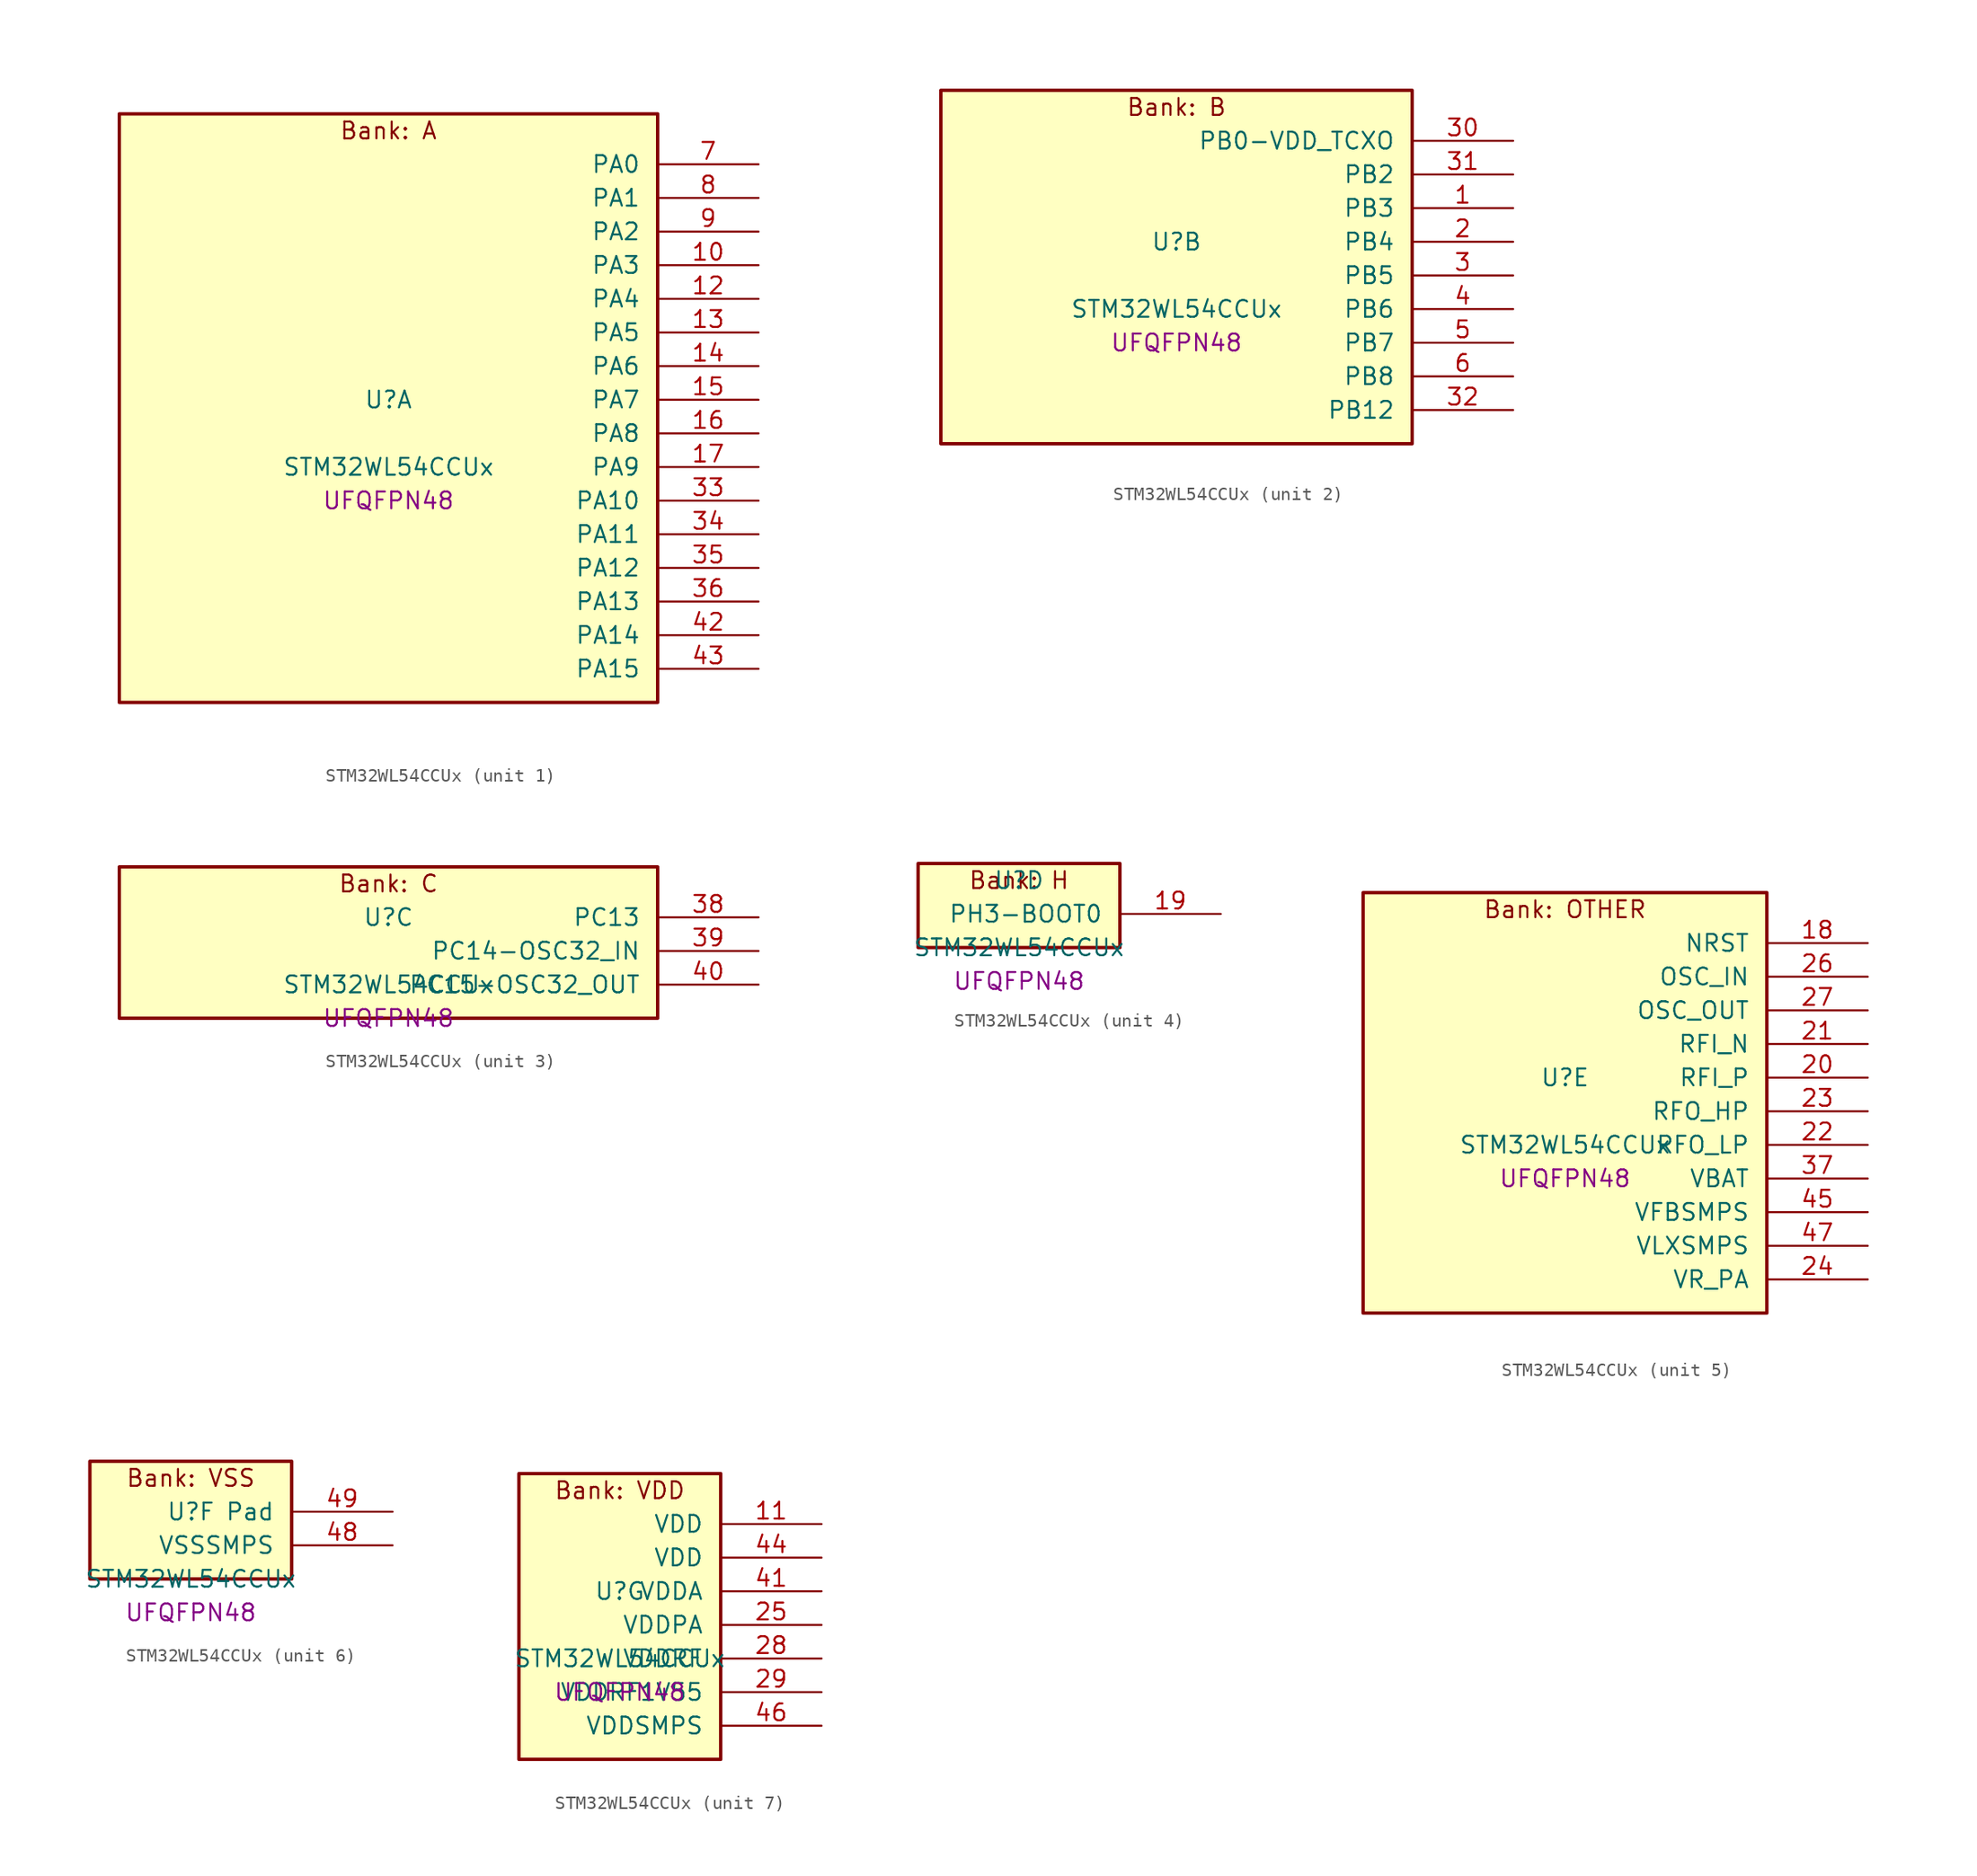
<source format=kicad_sym>
(kicad_symbol_lib
  (version 20241209)
  (generator "stm32_pkl_generator")
  (generator_version "1.0")
  (symbol "STM32WL54CCUx"
    (pin_names
      (offset 1.27))
    (property "Reference" "U"
      (at 0 2.54 0))
    (property "Value" "STM32WL54CCUx"
      (at 0 -2.54 0))
    (property "Footprint" "UFQFPN48"
      (at 0 -5.08 0))
    (symbol "STM32WL54CCUx_1_1"
      (rectangle (start -20.32 24.13) (end 20.32 -20.32) (stroke (width 0.254) (type solid)) (fill (type background)))
      (text "Bank: A" (at 0 22.86 0))
      (pin bidirectional line (at 27.94 20.32 180) (length 7.62) (name "PA0") (number "7") (alternate "PA0/COMP1_OUT" bidirectional line) (alternate "PA0/DEBUG_PWR-REGLP1S" bidirectional line) (alternate "PA0/I2C3_SMBA" bidirectional line) (alternate "PA0/I2S_CKIN" bidirectional line) (alternate "PA0/PWR_WKUP1" bidirectional line) (alternate "PA0/RTC_TAMP_IN2" bidirectional line) (alternate "PA0/TIM2_CH1" bidirectional line) (alternate "PA0/TIM2_ETR" bidirectional line) (alternate "PA0/USART2_CTS" bidirectional line) (alternate "PA0/USART2_NSS" bidirectional line))
      (pin bidirectional line (at 27.94 17.78 180) (length 7.62) (name "PA1") (number "8") (alternate "PA1/DEBUG_PWR-REGLP2S" bidirectional line) (alternate "PA1/I2C1_SMBA" bidirectional line) (alternate "PA1/LPTIM3_OUT" bidirectional line) (alternate "PA1/LPUART1_RTS" bidirectional line) (alternate "PA1/SPI1_SCK" bidirectional line) (alternate "PA1/TIM2_CH2" bidirectional line) (alternate "PA1/USART2_DE" bidirectional line) (alternate "PA1/USART2_RTS" bidirectional line))
      (pin bidirectional line (at 27.94 15.24 180) (length 7.62) (name "PA2") (number "9") (alternate "PA2/COMP2_OUT" bidirectional line) (alternate "PA2/DEBUG_PWR-LDORDY" bidirectional line) (alternate "PA2/LPUART1_TX" bidirectional line) (alternate "PA2/RCC_LSCO" bidirectional line) (alternate "PA2/TIM2_CH3" bidirectional line) (alternate "PA2/USART2_TX" bidirectional line))
      (pin bidirectional line (at 27.94 12.7 180) (length 7.62) (name "PA3") (number "10") (alternate "PA3/I2S2_MCK" bidirectional line) (alternate "PA3/LPUART1_RX" bidirectional line) (alternate "PA3/TIM2_CH4" bidirectional line) (alternate "PA3/USART2_RX" bidirectional line))
      (pin bidirectional line (at 27.94 10.16 180) (length 7.62) (name "PA4") (number "12") (alternate "PA4/DEBUG_SUBGHZSPI-NSSOUT" bidirectional line) (alternate "PA4/LPTIM1_OUT" bidirectional line) (alternate "PA4/LPTIM2_OUT" bidirectional line) (alternate "PA4/RTC_OUT2" bidirectional line) (alternate "PA4/SPI1_NSS" bidirectional line) (alternate "PA4/USART2_CK" bidirectional line))
      (pin bidirectional line (at 27.94 7.62 180) (length 7.62) (name "PA5") (number "13") (alternate "PA5/DEBUG_SUBGHZSPI-SCKOUT" bidirectional line) (alternate "PA5/LPTIM2_ETR" bidirectional line) (alternate "PA5/SPI1_SCK" bidirectional line) (alternate "PA5/SPI2_MISO" bidirectional line) (alternate "PA5/TIM2_CH1" bidirectional line) (alternate "PA5/TIM2_ETR" bidirectional line))
      (pin bidirectional line (at 27.94 5.08 180) (length 7.62) (name "PA6") (number "14") (alternate "PA6/DEBUG_SUBGHZSPI-MISOOUT" bidirectional line) (alternate "PA6/I2C2_SMBA" bidirectional line) (alternate "PA6/LPUART1_CTS" bidirectional line) (alternate "PA6/SPI1_MISO" bidirectional line) (alternate "PA6/TIM16_CH1" bidirectional line) (alternate "PA6/TIM1_BKIN" bidirectional line))
      (pin bidirectional line (at 27.94 2.54 180) (length 7.62) (name "PA7") (number "15") (alternate "PA7/COMP2_OUT" bidirectional line) (alternate "PA7/DEBUG_SUBGHZSPI-MOSIOUT" bidirectional line) (alternate "PA7/I2C3_SCL" bidirectional line) (alternate "PA7/SPI1_MOSI" bidirectional line) (alternate "PA7/TIM17_CH1" bidirectional line) (alternate "PA7/TIM1_CH1N" bidirectional line))
      (pin bidirectional line (at 27.94 0 180) (length 7.62) (name "PA8") (number "16") (alternate "PA8/I2S2_CK" bidirectional line) (alternate "PA8/LPTIM2_OUT" bidirectional line) (alternate "PA8/RCC_MCO" bidirectional line) (alternate "PA8/SPI2_SCK" bidirectional line) (alternate "PA8/TIM1_CH1" bidirectional line) (alternate "PA8/USART1_CK" bidirectional line))
      (pin bidirectional line (at 27.94 -2.54 180) (length 7.62) (name "PA9") (number "17") (alternate "PA9/DAC_EXTI9" bidirectional line) (alternate "PA9/I2C1_SCL" bidirectional line) (alternate "PA9/I2S2_CK" bidirectional line) (alternate "PA9/I2S2_WS" bidirectional line) (alternate "PA9/SPI2_NSS" bidirectional line) (alternate "PA9/SPI2_SCK" bidirectional line) (alternate "PA9/TIM1_CH2" bidirectional line) (alternate "PA9/USART1_TX" bidirectional line))
      (pin bidirectional line (at 27.94 -5.08 180) (length 7.62) (name "PA10") (number "33") (alternate "PA10/ADC_IN6" bidirectional line) (alternate "PA10/COMP1_INM" bidirectional line) (alternate "PA10/COMP2_INM" bidirectional line) (alternate "PA10/DAC_OUT1" bidirectional line) (alternate "PA10/DEBUG_RF-HSE32RDY" bidirectional line) (alternate "PA10/I2C1_SDA" bidirectional line) (alternate "PA10/I2S2_SD" bidirectional line) (alternate "PA10/RTC_REFIN" bidirectional line) (alternate "PA10/SPI2_MOSI" bidirectional line) (alternate "PA10/TIM17_BKIN" bidirectional line) (alternate "PA10/TIM1_CH3" bidirectional line) (alternate "PA10/USART1_RX" bidirectional line))
      (pin bidirectional line (at 27.94 -7.62 180) (length 7.62) (name "PA11") (number "34") (alternate "PA11/ADC_EXTI11" bidirectional line) (alternate "PA11/ADC_IN7" bidirectional line) (alternate "PA11/COMP1_INM" bidirectional line) (alternate "PA11/COMP2_INM" bidirectional line) (alternate "PA11/DEBUG_RF-NRESET" bidirectional line) (alternate "PA11/I2C2_SDA" bidirectional line) (alternate "PA11/LPTIM3_ETR" bidirectional line) (alternate "PA11/SPI1_MISO" bidirectional line) (alternate "PA11/TIM1_BKIN2" bidirectional line) (alternate "PA11/TIM1_CH4" bidirectional line) (alternate "PA11/USART1_CTS" bidirectional line) (alternate "PA11/USART1_NSS" bidirectional line))
      (pin bidirectional line (at 27.94 -10.16 180) (length 7.62) (name "PA12") (number "35") (alternate "PA12/ADC_IN8" bidirectional line) (alternate "PA12/DEBUG_RF-BUSY" bidirectional line) (alternate "PA12/I2C2_SCL" bidirectional line) (alternate "PA12/LPTIM3_IN1" bidirectional line) (alternate "PA12/SPI1_MOSI" bidirectional line) (alternate "PA12/TIM1_ETR" bidirectional line) (alternate "PA12/USART1_DE" bidirectional line) (alternate "PA12/USART1_RTS" bidirectional line))
      (pin bidirectional line (at 27.94 -12.7 180) (length 7.62) (name "PA13") (number "36") (alternate "PA13/ADC_IN9" bidirectional line) (alternate "PA13/DEBUG_JTMS-SWDIO" bidirectional line) (alternate "PA13/I2C2_SMBA" bidirectional line) (alternate "PA13/IR_OUT" bidirectional line))
      (pin bidirectional line (at 27.94 -15.24 180) (length 7.62) (name "PA14") (number "42") (alternate "PA14/ADC_IN10" bidirectional line) (alternate "PA14/DEBUG_JTCK-SWCLK" bidirectional line) (alternate "PA14/I2C1_SMBA" bidirectional line) (alternate "PA14/LPTIM1_OUT" bidirectional line))
      (pin bidirectional line (at 27.94 -17.78 180) (length 7.62) (name "PA15") (number "43") (alternate "PA15/ADC_IN11" bidirectional line) (alternate "PA15/COMP1_INM" bidirectional line) (alternate "PA15/COMP2_INP" bidirectional line) (alternate "PA15/DEBUG_JTDI" bidirectional line) (alternate "PA15/I2C2_SDA" bidirectional line) (alternate "PA15/SPI1_NSS" bidirectional line) (alternate "PA15/TIM2_CH1" bidirectional line) (alternate "PA15/TIM2_ETR" bidirectional line)))
    (symbol "STM32WL54CCUx_2_1"
      (rectangle (start -17.78 13.97) (end 17.78 -12.7) (stroke (width 0.254) (type solid)) (fill (type background)))
      (text "Bank: B" (at 0 12.7 0))
      (pin bidirectional line (at 25.4 10.16 180) (length 7.62) (name "PB0-VDD_TCXO") (number "30") (alternate "PB0-VDD_TCXO/COMP1_OUT" bidirectional line) (alternate "PB0-VDD_TCXO/VDDTCXO" bidirectional line))
      (pin bidirectional line (at 25.4 7.62 180) (length 7.62) (name "PB2") (number "31") (alternate "PB2/ADC_IN4" bidirectional line) (alternate "PB2/COMP1_INP" bidirectional line) (alternate "PB2/COMP2_INM" bidirectional line) (alternate "PB2/DEBUG_RF-SMPSRDY" bidirectional line) (alternate "PB2/I2C3_SMBA" bidirectional line) (alternate "PB2/LPTIM1_OUT" bidirectional line) (alternate "PB2/SPI1_NSS" bidirectional line))
      (pin bidirectional line (at 25.4 5.08 180) (length 7.62) (name "PB3") (number "1") (alternate "PB3/ADC_IN2" bidirectional line) (alternate "PB3/COMP1_INM" bidirectional line) (alternate "PB3/COMP2_INM" bidirectional line) (alternate "PB3/DEBUG_JTDO-SWO" bidirectional line) (alternate "PB3/DEBUG_RF-DTB1" bidirectional line) (alternate "PB3/PWR_WKUP3" bidirectional line) (alternate "PB3/RTC_TAMP_IN3" bidirectional line) (alternate "PB3/SPI1_SCK" bidirectional line) (alternate "PB3/TIM2_CH2" bidirectional line) (alternate "PB3/USART1_DE" bidirectional line) (alternate "PB3/USART1_RTS" bidirectional line))
      (pin bidirectional line (at 25.4 2.54 180) (length 7.62) (name "PB4") (number "2") (alternate "PB4/ADC_IN3" bidirectional line) (alternate "PB4/COMP1_INP" bidirectional line) (alternate "PB4/COMP2_INP" bidirectional line) (alternate "PB4/DEBUG_JTRST" bidirectional line) (alternate "PB4/DEBUG_RF-LDORDY" bidirectional line) (alternate "PB4/I2C3_SDA" bidirectional line) (alternate "PB4/SPI1_MISO" bidirectional line) (alternate "PB4/TIM17_BKIN" bidirectional line) (alternate "PB4/USART1_CTS" bidirectional line) (alternate "PB4/USART1_NSS" bidirectional line))
      (pin bidirectional line (at 25.4 0 180) (length 7.62) (name "PB5") (number "3") (alternate "PB5/COMP2_OUT" bidirectional line) (alternate "PB5/I2C1_SMBA" bidirectional line) (alternate "PB5/LPTIM1_IN1" bidirectional line) (alternate "PB5/SPI1_MOSI" bidirectional line) (alternate "PB5/TIM16_BKIN" bidirectional line) (alternate "PB5/USART1_CK" bidirectional line))
      (pin bidirectional line (at 25.4 -2.54 180) (length 7.62) (name "PB6") (number "4") (alternate "PB6/I2C1_SCL" bidirectional line) (alternate "PB6/LPTIM1_ETR" bidirectional line) (alternate "PB6/TIM16_CH1N" bidirectional line) (alternate "PB6/USART1_TX" bidirectional line))
      (pin bidirectional line (at 25.4 -5.08 180) (length 7.62) (name "PB7") (number "5") (alternate "PB7/I2C1_SDA" bidirectional line) (alternate "PB7/LPTIM1_IN2" bidirectional line) (alternate "PB7/PWR_PVD_IN" bidirectional line) (alternate "PB7/TIM17_CH1N" bidirectional line) (alternate "PB7/TIM1_BKIN" bidirectional line) (alternate "PB7/USART1_RX" bidirectional line))
      (pin bidirectional line (at 25.4 -7.62 180) (length 7.62) (name "PB8") (number "6") (alternate "PB8/I2C1_SCL" bidirectional line) (alternate "PB8/TIM16_CH1" bidirectional line) (alternate "PB8/TIM1_CH2N" bidirectional line))
      (pin bidirectional line (at 25.4 -10.16 180) (length 7.62) (name "PB12") (number "32") (alternate "PB12/I2C3_SMBA" bidirectional line) (alternate "PB12/I2S2_WS" bidirectional line) (alternate "PB12/LPUART1_RTS" bidirectional line) (alternate "PB12/SPI2_NSS" bidirectional line) (alternate "PB12/TIM1_BKIN" bidirectional line)))
    (symbol "STM32WL54CCUx_3_1"
      (rectangle (start -20.32 6.35) (end 20.32 -5.08) (stroke (width 0.254) (type solid)) (fill (type background)))
      (text "Bank: C" (at 0 5.08 0))
      (pin bidirectional line (at 27.94 2.54 180) (length 7.62) (name "PC13") (number "38") (alternate "PC13/PWR_WKUP2" bidirectional line) (alternate "PC13/RTC_OUT1" bidirectional line) (alternate "PC13/RTC_TAMP_IN1" bidirectional line) (alternate "PC13/RTC_TS" bidirectional line))
      (pin bidirectional line (at 27.94 0 180) (length 7.62) (name "PC14-OSC32_IN") (number "39") (alternate "PC14-OSC32_IN/RCC_OSC32_IN" bidirectional line))
      (pin bidirectional line (at 27.94 -2.54 180) (length 7.62) (name "PC15-OSC32_OUT") (number "40") (alternate "PC15-OSC32_OUT/RCC_OSC32_OUT" bidirectional line)))
    (symbol "STM32WL54CCUx_4_1"
      (rectangle (start -7.62 3.81) (end 7.62 -2.54) (stroke (width 0.254) (type solid)) (fill (type background)))
      (text "Bank: H" (at 0 2.54 0))
      (pin bidirectional line (at 15.24 0 180) (length 7.62) (name "PH3-BOOT0") (number "19")))
    (symbol "STM32WL54CCUx_5_1"
      (rectangle (start -15.24 16.51) (end 15.24 -15.24) (stroke (width 0.254) (type solid)) (fill (type background)))
      (text "Bank: OTHER" (at 0 15.24 0))
      (pin input line (at 22.86 12.7 180) (length 7.62) (name "NRST") (number "18"))
      (pin bidirectional line (at 22.86 10.16 180) (length 7.62) (name "OSC_IN") (number "26") (alternate "OSC_IN/RCC_OSC_IN" bidirectional line))
      (pin bidirectional line (at 22.86 7.62 180) (length 7.62) (name "OSC_OUT") (number "27") (alternate "OSC_OUT/RCC_OSC_OUT" bidirectional line))
      (pin bidirectional line (at 22.86 5.08 180) (length 7.62) (name "RFI_N") (number "21"))
      (pin bidirectional line (at 22.86 2.54 180) (length 7.62) (name "RFI_P") (number "20"))
      (pin bidirectional line (at 22.86 0 180) (length 7.62) (name "RFO_HP") (number "23"))
      (pin bidirectional line (at 22.86 -2.54 180) (length 7.62) (name "RFO_LP") (number "22"))
      (pin power_in line (at 22.86 -5.08 180) (length 7.62) (name "VBAT") (number "37"))
      (pin power_in line (at 22.86 -7.62 180) (length 7.62) (name "VFBSMPS") (number "45"))
      (pin power_in line (at 22.86 -10.16 180) (length 7.62) (name "VLXSMPS") (number "47"))
      (pin power_in line (at 22.86 -12.7 180) (length 7.62) (name "VR_PA") (number "24")))
    (symbol "STM32WL54CCUx_6_1"
      (rectangle (start -7.62 6.35) (end 7.62 -2.54) (stroke (width 0.254) (type solid)) (fill (type background)))
      (text "Bank: VSS" (at 0 5.08 0))
      (pin passive line (at 15.24 2.54 180) (length 7.62) (name "Pad") (number "49"))
      (pin power_in line (at 15.24 0 180) (length 7.62) (name "VSSSMPS") (number "48")))
    (symbol "STM32WL54CCUx_7_1"
      (rectangle (start -7.62 11.43) (end 7.62 -10.16) (stroke (width 0.254) (type solid)) (fill (type background)))
      (text "Bank: VDD" (at 0 10.16 0))
      (pin power_in line (at 15.24 7.62 180) (length 7.62) (name "VDD") (number "11"))
      (pin power_in line (at 15.24 5.08 180) (length 7.62) (name "VDD") (number "44"))
      (pin power_in line (at 15.24 2.54 180) (length 7.62) (name "VDDA") (number "41"))
      (pin power_in line (at 15.24 0 180) (length 7.62) (name "VDDPA") (number "25"))
      (pin power_in line (at 15.24 -2.54 180) (length 7.62) (name "VDDRF") (number "28"))
      (pin power_in line (at 15.24 -5.08 180) (length 7.62) (name "VDDRF1V55") (number "29"))
      (pin power_in line (at 15.24 -7.62 180) (length 7.62) (name "VDDSMPS") (number "46")))))
</source>
